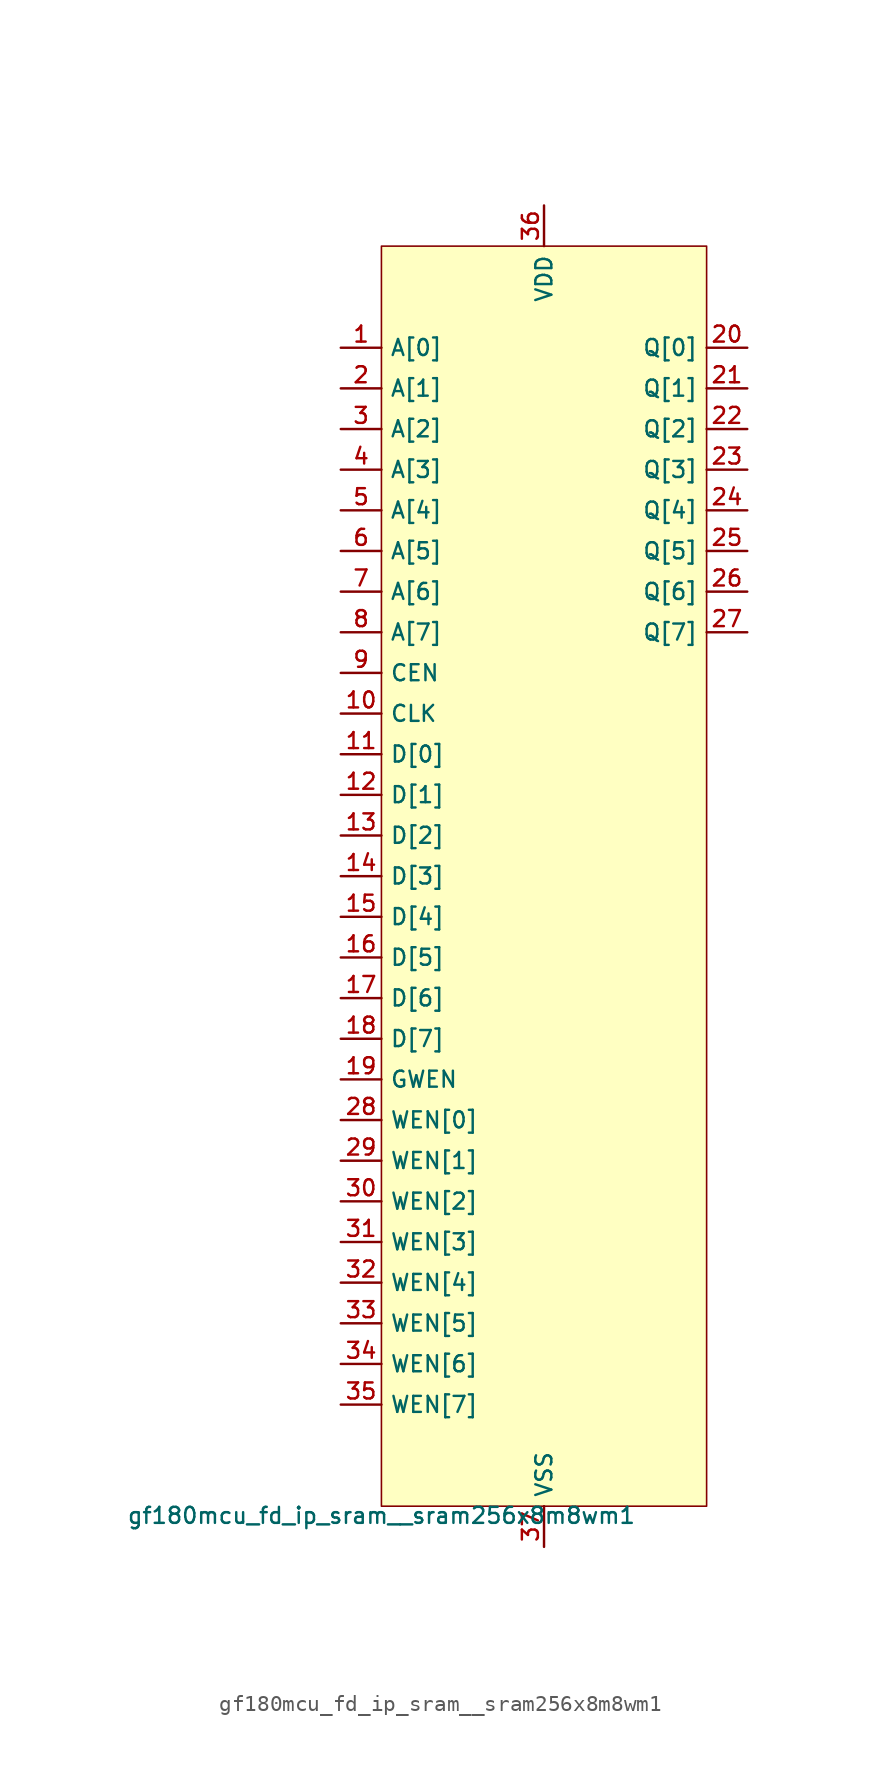
<source format=kicad_sym>
(kicad_symbol_lib
  (version 20211014)
  (generator pdk2kicad)
  (symbol "gf180mcu_fd_ip_sram__sram256x8m8wm1"
    (property "Reference" "X"
      (at 0 0 0)
      (effects (font (size 1 1)) hide))
    (property "Value" "gf180mcu_fd_ip_sram__sram256x8m8wm1"
      (at -10.16 -39.37 0)
      (effects (font (size 1 1)) (justify top)))
    (rectangle
      (start -10.16 -39.37)
      (end 10.16 39.37)
      (stroke (width 0.1) (type solid) (color 0 0 0 0))
      (fill (type background)))
    (pin input line
      (at -12.7 33.02 0)
      (length 2.54)
      (name "A[0]" (effects (font (size 1 1)) hide))
      (number "1" (effects (font (size 1 1)) hide)))
    (pin input line
      (at -12.7 30.48 0)
      (length 2.54)
      (name "A[1]" (effects (font (size 1 1)) hide))
      (number "2" (effects (font (size 1 1)) hide)))
    (pin input line
      (at -12.7 27.94 0)
      (length 2.54)
      (name "A[2]" (effects (font (size 1 1)) hide))
      (number "3" (effects (font (size 1 1)) hide)))
    (pin input line
      (at -12.7 25.4 0)
      (length 2.54)
      (name "A[3]" (effects (font (size 1 1)) hide))
      (number "4" (effects (font (size 1 1)) hide)))
    (pin input line
      (at -12.7 22.86 0)
      (length 2.54)
      (name "A[4]" (effects (font (size 1 1)) hide))
      (number "5" (effects (font (size 1 1)) hide)))
    (pin input line
      (at -12.7 20.32 0)
      (length 2.54)
      (name "A[5]" (effects (font (size 1 1)) hide))
      (number "6" (effects (font (size 1 1)) hide)))
    (pin input line
      (at -12.7 17.78 0)
      (length 2.54)
      (name "A[6]" (effects (font (size 1 1)) hide))
      (number "7" (effects (font (size 1 1)) hide)))
    (pin input line
      (at -12.7 15.24 0)
      (length 2.54)
      (name "A[7]" (effects (font (size 1 1)) hide))
      (number "8" (effects (font (size 1 1)) hide)))
    (pin input line
      (at -12.7 12.7 0)
      (length 2.54)
      (name "CEN" (effects (font (size 1 1)) hide))
      (number "9" (effects (font (size 1 1)) hide)))
    (pin input line
      (at -12.7 10.16 0)
      (length 2.54)
      (name "CLK" (effects (font (size 1 1)) hide))
      (number "10" (effects (font (size 1 1)) hide)))
    (pin input line
      (at -12.7 7.62 0)
      (length 2.54)
      (name "D[0]" (effects (font (size 1 1)) hide))
      (number "11" (effects (font (size 1 1)) hide)))
    (pin input line
      (at -12.7 5.08 0)
      (length 2.54)
      (name "D[1]" (effects (font (size 1 1)) hide))
      (number "12" (effects (font (size 1 1)) hide)))
    (pin input line
      (at -12.7 2.54 0)
      (length 2.54)
      (name "D[2]" (effects (font (size 1 1)) hide))
      (number "13" (effects (font (size 1 1)) hide)))
    (pin input line
      (at -12.7 2.220446049250313e-15 0)
      (length 2.54)
      (name "D[3]" (effects (font (size 1 1)) hide))
      (number "14" (effects (font (size 1 1)) hide)))
    (pin input line
      (at -12.7 -2.54 0)
      (length 2.54)
      (name "D[4]" (effects (font (size 1 1)) hide))
      (number "15" (effects (font (size 1 1)) hide)))
    (pin input line
      (at -12.7 -5.08 0)
      (length 2.54)
      (name "D[5]" (effects (font (size 1 1)) hide))
      (number "16" (effects (font (size 1 1)) hide)))
    (pin input line
      (at -12.7 -7.62 0)
      (length 2.54)
      (name "D[6]" (effects (font (size 1 1)) hide))
      (number "17" (effects (font (size 1 1)) hide)))
    (pin input line
      (at -12.7 -10.16 0)
      (length 2.54)
      (name "D[7]" (effects (font (size 1 1)) hide))
      (number "18" (effects (font (size 1 1)) hide)))
    (pin input line
      (at -12.7 -12.7 0)
      (length 2.54)
      (name "GWEN" (effects (font (size 1 1)) hide))
      (number "19" (effects (font (size 1 1)) hide)))
    (pin output line
      (at 12.7 33.02 180)
      (length 2.54)
      (name "Q[0]" (effects (font (size 1 1)) hide))
      (number "20" (effects (font (size 1 1)) hide)))
    (pin output line
      (at 12.7 30.48 180)
      (length 2.54)
      (name "Q[1]" (effects (font (size 1 1)) hide))
      (number "21" (effects (font (size 1 1)) hide)))
    (pin output line
      (at 12.7 27.94 180)
      (length 2.54)
      (name "Q[2]" (effects (font (size 1 1)) hide))
      (number "22" (effects (font (size 1 1)) hide)))
    (pin output line
      (at 12.7 25.4 180)
      (length 2.54)
      (name "Q[3]" (effects (font (size 1 1)) hide))
      (number "23" (effects (font (size 1 1)) hide)))
    (pin output line
      (at 12.7 22.86 180)
      (length 2.54)
      (name "Q[4]" (effects (font (size 1 1)) hide))
      (number "24" (effects (font (size 1 1)) hide)))
    (pin output line
      (at 12.7 20.32 180)
      (length 2.54)
      (name "Q[5]" (effects (font (size 1 1)) hide))
      (number "25" (effects (font (size 1 1)) hide)))
    (pin output line
      (at 12.7 17.78 180)
      (length 2.54)
      (name "Q[6]" (effects (font (size 1 1)) hide))
      (number "26" (effects (font (size 1 1)) hide)))
    (pin output line
      (at 12.7 15.24 180)
      (length 2.54)
      (name "Q[7]" (effects (font (size 1 1)) hide))
      (number "27" (effects (font (size 1 1)) hide)))
    (pin input line
      (at -12.7 -15.24 0)
      (length 2.54)
      (name "WEN[0]" (effects (font (size 1 1)) hide))
      (number "28" (effects (font (size 1 1)) hide)))
    (pin input line
      (at -12.7 -17.78 0)
      (length 2.54)
      (name "WEN[1]" (effects (font (size 1 1)) hide))
      (number "29" (effects (font (size 1 1)) hide)))
    (pin input line
      (at -12.7 -20.32 0)
      (length 2.54)
      (name "WEN[2]" (effects (font (size 1 1)) hide))
      (number "30" (effects (font (size 1 1)) hide)))
    (pin input line
      (at -12.7 -22.86 0)
      (length 2.54)
      (name "WEN[3]" (effects (font (size 1 1)) hide))
      (number "31" (effects (font (size 1 1)) hide)))
    (pin input line
      (at -12.7 -25.4 0)
      (length 2.54)
      (name "WEN[4]" (effects (font (size 1 1)) hide))
      (number "32" (effects (font (size 1 1)) hide)))
    (pin input line
      (at -12.7 -27.94 0)
      (length 2.54)
      (name "WEN[5]" (effects (font (size 1 1)) hide))
      (number "33" (effects (font (size 1 1)) hide)))
    (pin input line
      (at -12.7 -30.48 0)
      (length 2.54)
      (name "WEN[6]" (effects (font (size 1 1)) hide))
      (number "34" (effects (font (size 1 1)) hide)))
    (pin input line
      (at -12.7 -33.02 0)
      (length 2.54)
      (name "WEN[7]" (effects (font (size 1 1)) hide))
      (number "35" (effects (font (size 1 1)) hide)))
    (pin power_in line
      (at 0.0 41.91 270)
      (length 2.54)
      (name "VDD" (effects (font (size 1 1)) hide))
      (number "36" (effects (font (size 1 1)) hide)))
    (pin power_in line
      (at 0.0 -41.91 90)
      (length 2.54)
      (name "VSS" (effects (font (size 1 1)) hide))
      (number "37" (effects (font (size 1 1)) hide)))))
</source>
